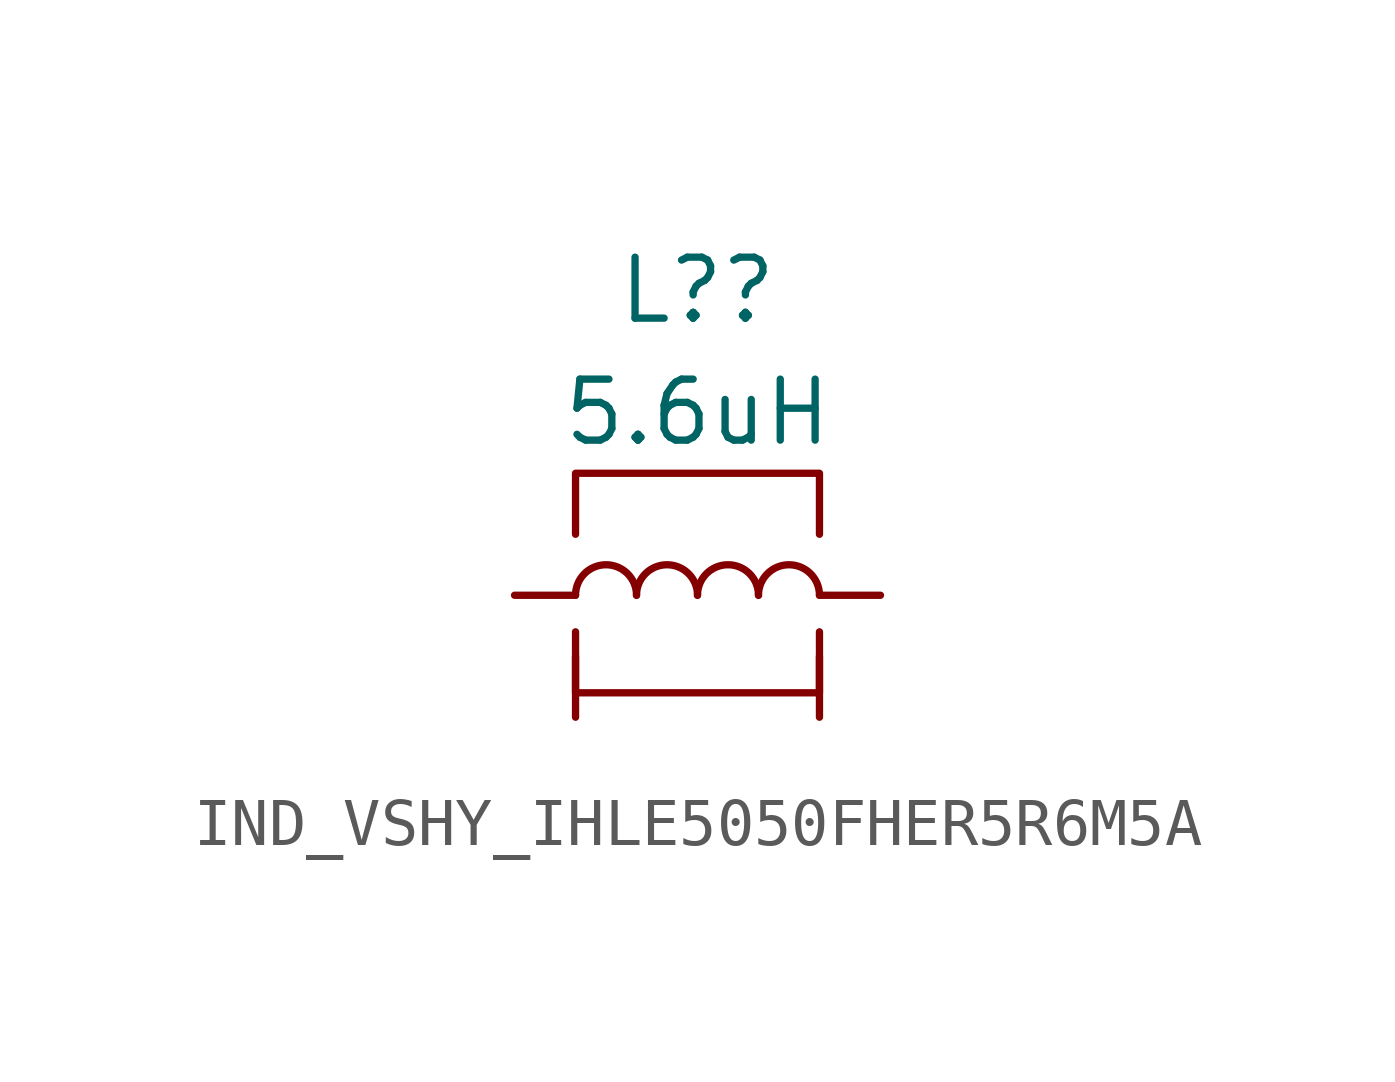
<source format=kicad_sym>
(kicad_symbol_lib
  (version 20231120)
  (generator "kicad_symbol_editor")
  (generator_version "8.0")
  (symbol "IND_VSHY_IHLE5050FHER5R6M5A"
    (pin_numbers hide)
    (pin_names
      (offset 1.016) hide)
    (property "Reference" "L?"
      (at 0 6.35 0)
      (effects (font (size 1.27 1.27))))
    (property "Value" "5.6uH"
      (at 0 3.81 0)
      (effects (font (size 1.27 1.27))))
    (symbol "IND_VSHY_IHLE5050FHER5R6M5A_0_1"
      (arc (start -1.27 0) (mid -1.905 0.6323) (end -2.54 0) (stroke (width 0) (type default)) (fill (type none)))
      (arc (start 0 0) (mid -0.635 0.6323) (end -1.27 0) (stroke (width 0) (type default)) (fill (type none)))
      (polyline (pts (xy -2.54 -0.762) (xy -2.54 -2.032) (xy 2.54 -2.032) (xy 2.54 -0.762)) (stroke (width 0) (type default)) (fill (type none)))
      (polyline (pts (xy 2.54 1.27) (xy 2.54 2.54) (xy -2.54 2.54) (xy -2.54 1.27)) (stroke (width 0) (type default)) (fill (type none)))
      (arc (start 1.27 0) (mid 0.635 0.6323) (end 0 0) (stroke (width 0) (type default)) (fill (type none)))
      (arc (start 2.54 0) (mid 1.905 0.6323) (end 1.27 0) (stroke (width 0) (type default)) (fill (type none))))
    (symbol "IND_VSHY_IHLE5050FHER5R6M5A_1_1"
      (pin passive line (at -3.81 0 0) (length 1.27) (name "1" (effects (font (size 1.27 1.27)))) (number "1" (effects (font (size 1.27 1.27)))))
      (pin passive line (at 3.81 0 180) (length 1.27) (name "2" (effects (font (size 1.27 1.27)))) (number "2" (effects (font (size 1.27 1.27)))))
      (pin passive line (at -2.54 -2.54 90) (length 1.27) (name "SH2" (effects (font (size 1.27 1.27)))) (number "3" (effects (font (size 1.27 1.27)))))
      (pin passive line (at 2.54 -2.54 90) (length 1.27) (name "SH1" (effects (font (size 1.27 1.27)))) (number "4" (effects (font (size 1.27 1.27))))))))
</source>
